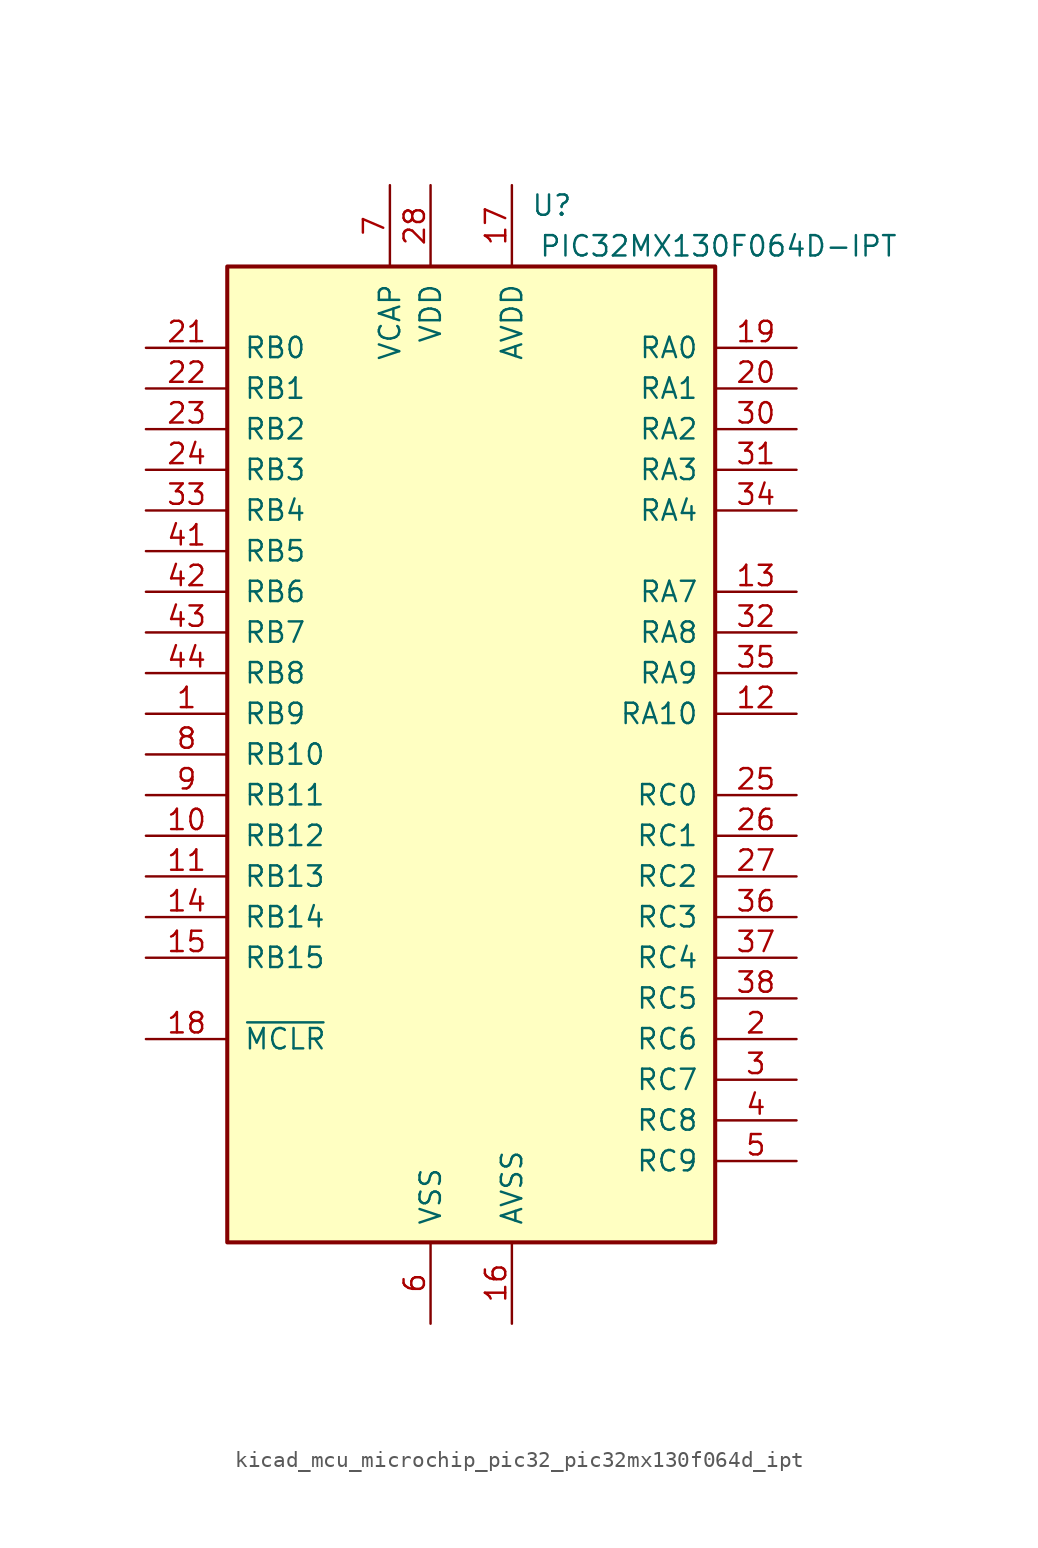
<source format=kicad_sym>
(kicad_symbol_lib
  (version 20220914)
  (generator kicad_symbol_editor)
  (symbol "kicad_mcu_microchip_pic32_pic32mx130f064d_ipt"
    (pin_names
      (offset 1.016))
    (property "Reference" "U"
      (at 6.35 34.29 0)
      (effects (font (size 1.27 1.27)) (justify right)))
    (property "Value" "PIC32MX130F064D-IPT"
      (at 26.67 31.75 0)
      (effects (font (size 1.27 1.27)) (justify right)))
    (symbol "kicad_mcu_microchip_pic32_pic32mx130f064d_ipt_0_1"
      (rectangle (start -15.24 30.48) (end 15.24 -30.48) (stroke (width 0.254) (type default)) (fill (type background))))
    (symbol "kicad_mcu_microchip_pic32_pic32mx130f064d_ipt_1_1"
      (pin bidirectional line (at -20.32 2.54 0) (length 5.08) (name "RB9" (effects (font (size 1.27 1.27)))) (number "1" (effects (font (size 1.27 1.27)))))
      (pin bidirectional line (at -20.32 -5.08 0) (length 5.08) (name "RB12" (effects (font (size 1.27 1.27)))) (number "10" (effects (font (size 1.27 1.27)))))
      (pin bidirectional line (at -20.32 -7.62 0) (length 5.08) (name "RB13" (effects (font (size 1.27 1.27)))) (number "11" (effects (font (size 1.27 1.27)))))
      (pin bidirectional line (at 20.32 2.54 180) (length 5.08) (name "RA10" (effects (font (size 1.27 1.27)))) (number "12" (effects (font (size 1.27 1.27)))))
      (pin bidirectional line (at 20.32 10.16 180) (length 5.08) (name "RA7" (effects (font (size 1.27 1.27)))) (number "13" (effects (font (size 1.27 1.27)))))
      (pin bidirectional line (at -20.32 -10.16 0) (length 5.08) (name "RB14" (effects (font (size 1.27 1.27)))) (number "14" (effects (font (size 1.27 1.27)))))
      (pin bidirectional line (at -20.32 -12.7 0) (length 5.08) (name "RB15" (effects (font (size 1.27 1.27)))) (number "15" (effects (font (size 1.27 1.27)))))
      (pin power_in line (at 2.54 -35.56 90) (length 5.08) (name "AVSS" (effects (font (size 1.27 1.27)))) (number "16" (effects (font (size 1.27 1.27)))))
      (pin power_in line (at 2.54 35.56 270) (length 5.08) (name "AVDD" (effects (font (size 1.27 1.27)))) (number "17" (effects (font (size 1.27 1.27)))))
      (pin input line (at -20.32 -17.78 0) (length 5.08) (name "~{MCLR}" (effects (font (size 1.27 1.27)))) (number "18" (effects (font (size 1.27 1.27)))))
      (pin input line (at 20.32 25.4 180) (length 5.08) (name "RA0" (effects (font (size 1.27 1.27)))) (number "19" (effects (font (size 1.27 1.27)))))
      (pin bidirectional line (at 20.32 -17.78 180) (length 5.08) (name "RC6" (effects (font (size 1.27 1.27)))) (number "2" (effects (font (size 1.27 1.27)))))
      (pin input line (at 20.32 22.86 180) (length 5.08) (name "RA1" (effects (font (size 1.27 1.27)))) (number "20" (effects (font (size 1.27 1.27)))))
      (pin input line (at -20.32 25.4 0) (length 5.08) (name "RB0" (effects (font (size 1.27 1.27)))) (number "21" (effects (font (size 1.27 1.27)))))
      (pin input line (at -20.32 22.86 0) (length 5.08) (name "RB1" (effects (font (size 1.27 1.27)))) (number "22" (effects (font (size 1.27 1.27)))))
      (pin input line (at -20.32 20.32 0) (length 5.08) (name "RB2" (effects (font (size 1.27 1.27)))) (number "23" (effects (font (size 1.27 1.27)))))
      (pin input line (at -20.32 17.78 0) (length 5.08) (name "RB3" (effects (font (size 1.27 1.27)))) (number "24" (effects (font (size 1.27 1.27)))))
      (pin input line (at 20.32 -2.54 180) (length 5.08) (name "RC0" (effects (font (size 1.27 1.27)))) (number "25" (effects (font (size 1.27 1.27)))))
      (pin input line (at 20.32 -5.08 180) (length 5.08) (name "RC1" (effects (font (size 1.27 1.27)))) (number "26" (effects (font (size 1.27 1.27)))))
      (pin input line (at 20.32 -7.62 180) (length 5.08) (name "RC2" (effects (font (size 1.27 1.27)))) (number "27" (effects (font (size 1.27 1.27)))))
      (pin power_in line (at -2.54 35.56 270) (length 5.08) (name "VDD" (effects (font (size 1.27 1.27)))) (number "28" (effects (font (size 1.27 1.27)))))
      (pin passive line (at -2.54 -35.56 90) (length 5.08) hide (name "VSS" (effects (font (size 1.27 1.27)))) (number "29" (effects (font (size 1.27 1.27)))))
      (pin bidirectional line (at 20.32 -20.32 180) (length 5.08) (name "RC7" (effects (font (size 1.27 1.27)))) (number "3" (effects (font (size 1.27 1.27)))))
      (pin input line (at 20.32 20.32 180) (length 5.08) (name "RA2" (effects (font (size 1.27 1.27)))) (number "30" (effects (font (size 1.27 1.27)))))
      (pin input line (at 20.32 17.78 180) (length 5.08) (name "RA3" (effects (font (size 1.27 1.27)))) (number "31" (effects (font (size 1.27 1.27)))))
      (pin input line (at 20.32 7.62 180) (length 5.08) (name "RA8" (effects (font (size 1.27 1.27)))) (number "32" (effects (font (size 1.27 1.27)))))
      (pin input line (at -20.32 15.24 0) (length 5.08) (name "RB4" (effects (font (size 1.27 1.27)))) (number "33" (effects (font (size 1.27 1.27)))))
      (pin input line (at 20.32 15.24 180) (length 5.08) (name "RA4" (effects (font (size 1.27 1.27)))) (number "34" (effects (font (size 1.27 1.27)))))
      (pin input line (at 20.32 5.08 180) (length 5.08) (name "RA9" (effects (font (size 1.27 1.27)))) (number "35" (effects (font (size 1.27 1.27)))))
      (pin input line (at 20.32 -10.16 180) (length 5.08) (name "RC3" (effects (font (size 1.27 1.27)))) (number "36" (effects (font (size 1.27 1.27)))))
      (pin input line (at 20.32 -12.7 180) (length 5.08) (name "RC4" (effects (font (size 1.27 1.27)))) (number "37" (effects (font (size 1.27 1.27)))))
      (pin input line (at 20.32 -15.24 180) (length 5.08) (name "RC5" (effects (font (size 1.27 1.27)))) (number "38" (effects (font (size 1.27 1.27)))))
      (pin passive line (at -2.54 -35.56 90) (length 5.08) hide (name "VSS" (effects (font (size 1.27 1.27)))) (number "39" (effects (font (size 1.27 1.27)))))
      (pin bidirectional line (at 20.32 -22.86 180) (length 5.08) (name "RC8" (effects (font (size 1.27 1.27)))) (number "4" (effects (font (size 1.27 1.27)))))
      (pin passive line (at -2.54 35.56 270) (length 5.08) hide (name "VDD" (effects (font (size 1.27 1.27)))) (number "40" (effects (font (size 1.27 1.27)))))
      (pin input line (at -20.32 12.7 0) (length 5.08) (name "RB5" (effects (font (size 1.27 1.27)))) (number "41" (effects (font (size 1.27 1.27)))))
      (pin input line (at -20.32 10.16 0) (length 5.08) (name "RB6" (effects (font (size 1.27 1.27)))) (number "42" (effects (font (size 1.27 1.27)))))
      (pin input line (at -20.32 7.62 0) (length 5.08) (name "RB7" (effects (font (size 1.27 1.27)))) (number "43" (effects (font (size 1.27 1.27)))))
      (pin input line (at -20.32 5.08 0) (length 5.08) (name "RB8" (effects (font (size 1.27 1.27)))) (number "44" (effects (font (size 1.27 1.27)))))
      (pin bidirectional line (at 20.32 -25.4 180) (length 5.08) (name "RC9" (effects (font (size 1.27 1.27)))) (number "5" (effects (font (size 1.27 1.27)))))
      (pin power_in line (at -2.54 -35.56 90) (length 5.08) (name "VSS" (effects (font (size 1.27 1.27)))) (number "6" (effects (font (size 1.27 1.27)))))
      (pin power_in line (at -5.08 35.56 270) (length 5.08) (name "VCAP" (effects (font (size 1.27 1.27)))) (number "7" (effects (font (size 1.27 1.27)))))
      (pin bidirectional line (at -20.32 0 0) (length 5.08) (name "RB10" (effects (font (size 1.27 1.27)))) (number "8" (effects (font (size 1.27 1.27)))))
      (pin bidirectional line (at -20.32 -2.54 0) (length 5.08) (name "RB11" (effects (font (size 1.27 1.27)))) (number "9" (effects (font (size 1.27 1.27))))))))
</source>
